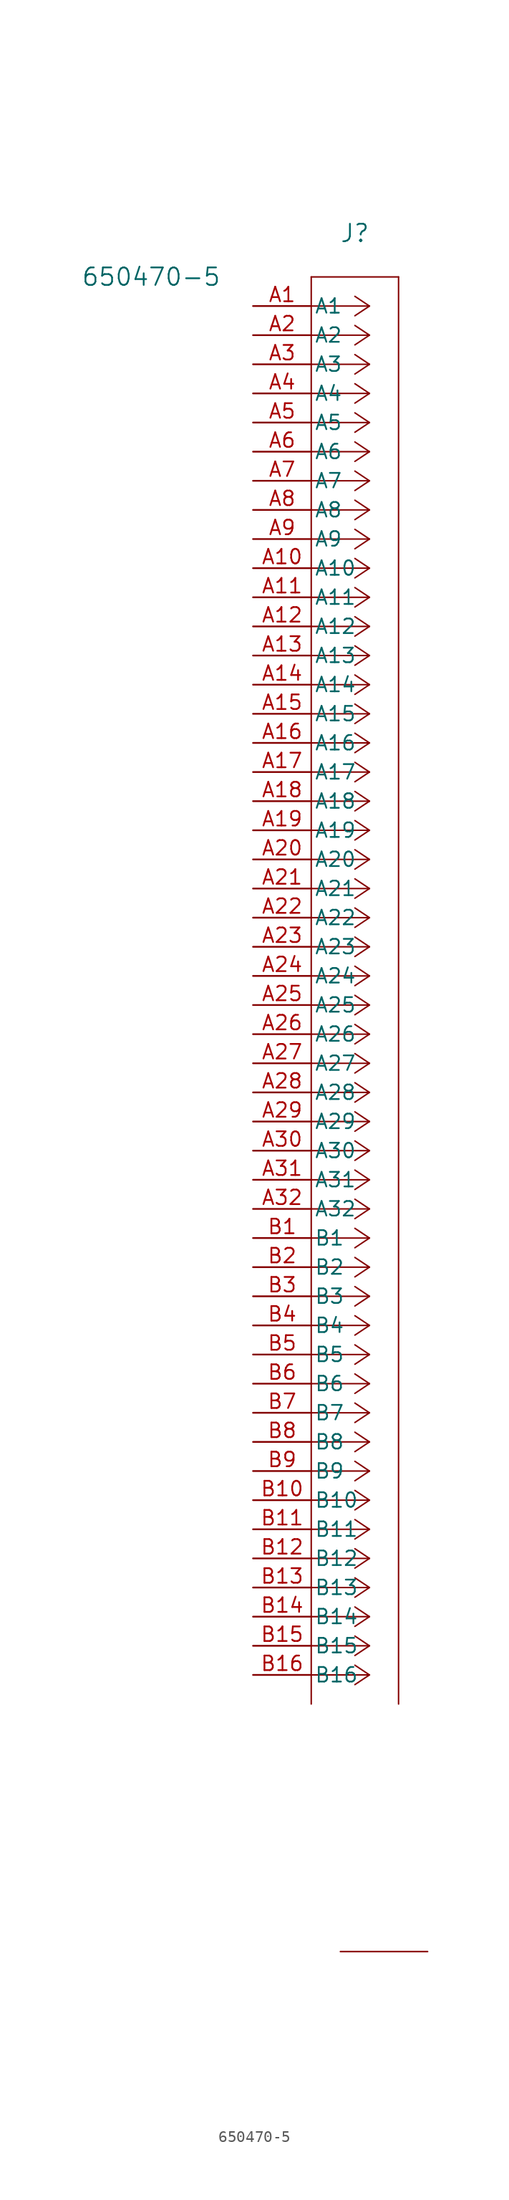
<source format=kicad_sym>
(kicad_symbol_lib
  (version 20220914)
  (generator kicad_symbol_editor)
  (symbol "650470-5"
    (pin_names
      (offset 0.254))
    (property "Reference" "J"
      (at 8.89 6.35 0)
      (effects (font (size 1.524 1.524))))
    (property "Value" "650470-5"
      (at -8.89 2.54 0)
      (effects (font (size 1.524 1.524))))
    (property "ki_locked" ""
      (at 0 0 0)
      (effects (font (size 1.27 1.27))))
    (symbol "650470-5_1_1"
      (polyline (pts (xy 5.08 2.54) (xy 5.08 -121.92)) (stroke (width 0.127) (type default)) (fill (type none)))
      (polyline (pts (xy 7.62 -143.51) (xy 15.24 -143.51)) (stroke (width 0.127) (type default)) (fill (type none)))
      (polyline (pts (xy 10.16 -119.38) (xy 5.08 -119.38)) (stroke (width 0.127) (type default)) (fill (type none)))
      (polyline (pts (xy 10.16 -119.38) (xy 8.89 -120.227)) (stroke (width 0.127) (type default)) (fill (type none)))
      (polyline (pts (xy 10.16 -119.38) (xy 8.89 -118.533)) (stroke (width 0.127) (type default)) (fill (type none)))
      (polyline (pts (xy 10.16 -116.84) (xy 5.08 -116.84)) (stroke (width 0.127) (type default)) (fill (type none)))
      (polyline (pts (xy 10.16 -116.84) (xy 8.89 -117.687)) (stroke (width 0.127) (type default)) (fill (type none)))
      (polyline (pts (xy 10.16 -116.84) (xy 8.89 -115.993)) (stroke (width 0.127) (type default)) (fill (type none)))
      (polyline (pts (xy 10.16 -114.3) (xy 5.08 -114.3)) (stroke (width 0.127) (type default)) (fill (type none)))
      (polyline (pts (xy 10.16 -114.3) (xy 8.89 -115.147)) (stroke (width 0.127) (type default)) (fill (type none)))
      (polyline (pts (xy 10.16 -114.3) (xy 8.89 -113.453)) (stroke (width 0.127) (type default)) (fill (type none)))
      (polyline (pts (xy 10.16 -111.76) (xy 5.08 -111.76)) (stroke (width 0.127) (type default)) (fill (type none)))
      (polyline (pts (xy 10.16 -111.76) (xy 8.89 -112.607)) (stroke (width 0.127) (type default)) (fill (type none)))
      (polyline (pts (xy 10.16 -111.76) (xy 8.89 -110.913)) (stroke (width 0.127) (type default)) (fill (type none)))
      (polyline (pts (xy 10.16 -109.22) (xy 5.08 -109.22)) (stroke (width 0.127) (type default)) (fill (type none)))
      (polyline (pts (xy 10.16 -109.22) (xy 8.89 -110.067)) (stroke (width 0.127) (type default)) (fill (type none)))
      (polyline (pts (xy 10.16 -109.22) (xy 8.89 -108.373)) (stroke (width 0.127) (type default)) (fill (type none)))
      (polyline (pts (xy 10.16 -106.68) (xy 5.08 -106.68)) (stroke (width 0.127) (type default)) (fill (type none)))
      (polyline (pts (xy 10.16 -106.68) (xy 8.89 -107.527)) (stroke (width 0.127) (type default)) (fill (type none)))
      (polyline (pts (xy 10.16 -106.68) (xy 8.89 -105.833)) (stroke (width 0.127) (type default)) (fill (type none)))
      (polyline (pts (xy 10.16 -104.14) (xy 5.08 -104.14)) (stroke (width 0.127) (type default)) (fill (type none)))
      (polyline (pts (xy 10.16 -104.14) (xy 8.89 -104.987)) (stroke (width 0.127) (type default)) (fill (type none)))
      (polyline (pts (xy 10.16 -104.14) (xy 8.89 -103.293)) (stroke (width 0.127) (type default)) (fill (type none)))
      (polyline (pts (xy 10.16 -101.6) (xy 5.08 -101.6)) (stroke (width 0.127) (type default)) (fill (type none)))
      (polyline (pts (xy 10.16 -101.6) (xy 8.89 -102.447)) (stroke (width 0.127) (type default)) (fill (type none)))
      (polyline (pts (xy 10.16 -101.6) (xy 8.89 -100.753)) (stroke (width 0.127) (type default)) (fill (type none)))
      (polyline (pts (xy 10.16 -99.06) (xy 5.08 -99.06)) (stroke (width 0.127) (type default)) (fill (type none)))
      (polyline (pts (xy 10.16 -99.06) (xy 8.89 -99.907)) (stroke (width 0.127) (type default)) (fill (type none)))
      (polyline (pts (xy 10.16 -99.06) (xy 8.89 -98.213)) (stroke (width 0.127) (type default)) (fill (type none)))
      (polyline (pts (xy 10.16 -96.52) (xy 5.08 -96.52)) (stroke (width 0.127) (type default)) (fill (type none)))
      (polyline (pts (xy 10.16 -96.52) (xy 8.89 -97.367)) (stroke (width 0.127) (type default)) (fill (type none)))
      (polyline (pts (xy 10.16 -96.52) (xy 8.89 -95.673)) (stroke (width 0.127) (type default)) (fill (type none)))
      (polyline (pts (xy 10.16 -93.98) (xy 5.08 -93.98)) (stroke (width 0.127) (type default)) (fill (type none)))
      (polyline (pts (xy 10.16 -93.98) (xy 8.89 -94.827)) (stroke (width 0.127) (type default)) (fill (type none)))
      (polyline (pts (xy 10.16 -93.98) (xy 8.89 -93.133)) (stroke (width 0.127) (type default)) (fill (type none)))
      (polyline (pts (xy 10.16 -91.44) (xy 5.08 -91.44)) (stroke (width 0.127) (type default)) (fill (type none)))
      (polyline (pts (xy 10.16 -91.44) (xy 8.89 -92.287)) (stroke (width 0.127) (type default)) (fill (type none)))
      (polyline (pts (xy 10.16 -91.44) (xy 8.89 -90.593)) (stroke (width 0.127) (type default)) (fill (type none)))
      (polyline (pts (xy 10.16 -88.9) (xy 5.08 -88.9)) (stroke (width 0.127) (type default)) (fill (type none)))
      (polyline (pts (xy 10.16 -88.9) (xy 8.89 -89.747)) (stroke (width 0.127) (type default)) (fill (type none)))
      (polyline (pts (xy 10.16 -88.9) (xy 8.89 -88.053)) (stroke (width 0.127) (type default)) (fill (type none)))
      (polyline (pts (xy 10.16 -86.36) (xy 5.08 -86.36)) (stroke (width 0.127) (type default)) (fill (type none)))
      (polyline (pts (xy 10.16 -86.36) (xy 8.89 -87.207)) (stroke (width 0.127) (type default)) (fill (type none)))
      (polyline (pts (xy 10.16 -86.36) (xy 8.89 -85.513)) (stroke (width 0.127) (type default)) (fill (type none)))
      (polyline (pts (xy 10.16 -83.82) (xy 5.08 -83.82)) (stroke (width 0.127) (type default)) (fill (type none)))
      (polyline (pts (xy 10.16 -83.82) (xy 8.89 -84.667)) (stroke (width 0.127) (type default)) (fill (type none)))
      (polyline (pts (xy 10.16 -83.82) (xy 8.89 -82.973)) (stroke (width 0.127) (type default)) (fill (type none)))
      (polyline (pts (xy 10.16 -81.28) (xy 5.08 -81.28)) (stroke (width 0.127) (type default)) (fill (type none)))
      (polyline (pts (xy 10.16 -81.28) (xy 8.89 -82.127)) (stroke (width 0.127) (type default)) (fill (type none)))
      (polyline (pts (xy 10.16 -81.28) (xy 8.89 -80.433)) (stroke (width 0.127) (type default)) (fill (type none)))
      (polyline (pts (xy 10.16 -78.74) (xy 5.08 -78.74)) (stroke (width 0.127) (type default)) (fill (type none)))
      (polyline (pts (xy 10.16 -78.74) (xy 8.89 -79.587)) (stroke (width 0.127) (type default)) (fill (type none)))
      (polyline (pts (xy 10.16 -78.74) (xy 8.89 -77.893)) (stroke (width 0.127) (type default)) (fill (type none)))
      (polyline (pts (xy 10.16 -76.2) (xy 5.08 -76.2)) (stroke (width 0.127) (type default)) (fill (type none)))
      (polyline (pts (xy 10.16 -76.2) (xy 8.89 -77.047)) (stroke (width 0.127) (type default)) (fill (type none)))
      (polyline (pts (xy 10.16 -76.2) (xy 8.89 -75.353)) (stroke (width 0.127) (type default)) (fill (type none)))
      (polyline (pts (xy 10.16 -73.66) (xy 5.08 -73.66)) (stroke (width 0.127) (type default)) (fill (type none)))
      (polyline (pts (xy 10.16 -73.66) (xy 8.89 -74.507)) (stroke (width 0.127) (type default)) (fill (type none)))
      (polyline (pts (xy 10.16 -73.66) (xy 8.89 -72.813)) (stroke (width 0.127) (type default)) (fill (type none)))
      (polyline (pts (xy 10.16 -71.12) (xy 5.08 -71.12)) (stroke (width 0.127) (type default)) (fill (type none)))
      (polyline (pts (xy 10.16 -71.12) (xy 8.89 -71.967)) (stroke (width 0.127) (type default)) (fill (type none)))
      (polyline (pts (xy 10.16 -71.12) (xy 8.89 -70.273)) (stroke (width 0.127) (type default)) (fill (type none)))
      (polyline (pts (xy 10.16 -68.58) (xy 5.08 -68.58)) (stroke (width 0.127) (type default)) (fill (type none)))
      (polyline (pts (xy 10.16 -68.58) (xy 8.89 -69.427)) (stroke (width 0.127) (type default)) (fill (type none)))
      (polyline (pts (xy 10.16 -68.58) (xy 8.89 -67.733)) (stroke (width 0.127) (type default)) (fill (type none)))
      (polyline (pts (xy 10.16 -66.04) (xy 5.08 -66.04)) (stroke (width 0.127) (type default)) (fill (type none)))
      (polyline (pts (xy 10.16 -66.04) (xy 8.89 -66.887)) (stroke (width 0.127) (type default)) (fill (type none)))
      (polyline (pts (xy 10.16 -66.04) (xy 8.89 -65.193)) (stroke (width 0.127) (type default)) (fill (type none)))
      (polyline (pts (xy 10.16 -63.5) (xy 5.08 -63.5)) (stroke (width 0.127) (type default)) (fill (type none)))
      (polyline (pts (xy 10.16 -63.5) (xy 8.89 -64.347)) (stroke (width 0.127) (type default)) (fill (type none)))
      (polyline (pts (xy 10.16 -63.5) (xy 8.89 -62.653)) (stroke (width 0.127) (type default)) (fill (type none)))
      (polyline (pts (xy 10.16 -60.96) (xy 5.08 -60.96)) (stroke (width 0.127) (type default)) (fill (type none)))
      (polyline (pts (xy 10.16 -60.96) (xy 8.89 -61.807)) (stroke (width 0.127) (type default)) (fill (type none)))
      (polyline (pts (xy 10.16 -60.96) (xy 8.89 -60.113)) (stroke (width 0.127) (type default)) (fill (type none)))
      (polyline (pts (xy 10.16 -58.42) (xy 5.08 -58.42)) (stroke (width 0.127) (type default)) (fill (type none)))
      (polyline (pts (xy 10.16 -58.42) (xy 8.89 -59.267)) (stroke (width 0.127) (type default)) (fill (type none)))
      (polyline (pts (xy 10.16 -58.42) (xy 8.89 -57.573)) (stroke (width 0.127) (type default)) (fill (type none)))
      (polyline (pts (xy 10.16 -55.88) (xy 5.08 -55.88)) (stroke (width 0.127) (type default)) (fill (type none)))
      (polyline (pts (xy 10.16 -55.88) (xy 8.89 -56.727)) (stroke (width 0.127) (type default)) (fill (type none)))
      (polyline (pts (xy 10.16 -55.88) (xy 8.89 -55.033)) (stroke (width 0.127) (type default)) (fill (type none)))
      (polyline (pts (xy 10.16 -53.34) (xy 5.08 -53.34)) (stroke (width 0.127) (type default)) (fill (type none)))
      (polyline (pts (xy 10.16 -53.34) (xy 8.89 -54.187)) (stroke (width 0.127) (type default)) (fill (type none)))
      (polyline (pts (xy 10.16 -53.34) (xy 8.89 -52.493)) (stroke (width 0.127) (type default)) (fill (type none)))
      (polyline (pts (xy 10.16 -50.8) (xy 5.08 -50.8)) (stroke (width 0.127) (type default)) (fill (type none)))
      (polyline (pts (xy 10.16 -50.8) (xy 8.89 -51.647)) (stroke (width 0.127) (type default)) (fill (type none)))
      (polyline (pts (xy 10.16 -50.8) (xy 8.89 -49.953)) (stroke (width 0.127) (type default)) (fill (type none)))
      (polyline (pts (xy 10.16 -48.26) (xy 5.08 -48.26)) (stroke (width 0.127) (type default)) (fill (type none)))
      (polyline (pts (xy 10.16 -48.26) (xy 8.89 -49.107)) (stroke (width 0.127) (type default)) (fill (type none)))
      (polyline (pts (xy 10.16 -48.26) (xy 8.89 -47.413)) (stroke (width 0.127) (type default)) (fill (type none)))
      (polyline (pts (xy 10.16 -45.72) (xy 5.08 -45.72)) (stroke (width 0.127) (type default)) (fill (type none)))
      (polyline (pts (xy 10.16 -45.72) (xy 8.89 -46.567)) (stroke (width 0.127) (type default)) (fill (type none)))
      (polyline (pts (xy 10.16 -45.72) (xy 8.89 -44.873)) (stroke (width 0.127) (type default)) (fill (type none)))
      (polyline (pts (xy 10.16 -43.18) (xy 5.08 -43.18)) (stroke (width 0.127) (type default)) (fill (type none)))
      (polyline (pts (xy 10.16 -43.18) (xy 8.89 -44.027)) (stroke (width 0.127) (type default)) (fill (type none)))
      (polyline (pts (xy 10.16 -43.18) (xy 8.89 -42.333)) (stroke (width 0.127) (type default)) (fill (type none)))
      (polyline (pts (xy 10.16 -40.64) (xy 5.08 -40.64)) (stroke (width 0.127) (type default)) (fill (type none)))
      (polyline (pts (xy 10.16 -40.64) (xy 8.89 -41.487)) (stroke (width 0.127) (type default)) (fill (type none)))
      (polyline (pts (xy 10.16 -40.64) (xy 8.89 -39.793)) (stroke (width 0.127) (type default)) (fill (type none)))
      (polyline (pts (xy 10.16 -38.1) (xy 5.08 -38.1)) (stroke (width 0.127) (type default)) (fill (type none)))
      (polyline (pts (xy 10.16 -38.1) (xy 8.89 -38.947)) (stroke (width 0.127) (type default)) (fill (type none)))
      (polyline (pts (xy 10.16 -38.1) (xy 8.89 -37.253)) (stroke (width 0.127) (type default)) (fill (type none)))
      (polyline (pts (xy 10.16 -35.56) (xy 5.08 -35.56)) (stroke (width 0.127) (type default)) (fill (type none)))
      (polyline (pts (xy 10.16 -35.56) (xy 8.89 -36.407)) (stroke (width 0.127) (type default)) (fill (type none)))
      (polyline (pts (xy 10.16 -35.56) (xy 8.89 -34.713)) (stroke (width 0.127) (type default)) (fill (type none)))
      (polyline (pts (xy 10.16 -33.02) (xy 5.08 -33.02)) (stroke (width 0.127) (type default)) (fill (type none)))
      (polyline (pts (xy 10.16 -33.02) (xy 8.89 -33.867)) (stroke (width 0.127) (type default)) (fill (type none)))
      (polyline (pts (xy 10.16 -33.02) (xy 8.89 -32.173)) (stroke (width 0.127) (type default)) (fill (type none)))
      (polyline (pts (xy 10.16 -30.48) (xy 5.08 -30.48)) (stroke (width 0.127) (type default)) (fill (type none)))
      (polyline (pts (xy 10.16 -30.48) (xy 8.89 -31.327)) (stroke (width 0.127) (type default)) (fill (type none)))
      (polyline (pts (xy 10.16 -30.48) (xy 8.89 -29.633)) (stroke (width 0.127) (type default)) (fill (type none)))
      (polyline (pts (xy 10.16 -27.94) (xy 5.08 -27.94)) (stroke (width 0.127) (type default)) (fill (type none)))
      (polyline (pts (xy 10.16 -27.94) (xy 8.89 -28.787)) (stroke (width 0.127) (type default)) (fill (type none)))
      (polyline (pts (xy 10.16 -27.94) (xy 8.89 -27.093)) (stroke (width 0.127) (type default)) (fill (type none)))
      (polyline (pts (xy 10.16 -25.4) (xy 5.08 -25.4)) (stroke (width 0.127) (type default)) (fill (type none)))
      (polyline (pts (xy 10.16 -25.4) (xy 8.89 -26.247)) (stroke (width 0.127) (type default)) (fill (type none)))
      (polyline (pts (xy 10.16 -25.4) (xy 8.89 -24.553)) (stroke (width 0.127) (type default)) (fill (type none)))
      (polyline (pts (xy 10.16 -22.86) (xy 5.08 -22.86)) (stroke (width 0.127) (type default)) (fill (type none)))
      (polyline (pts (xy 10.16 -22.86) (xy 8.89 -23.707)) (stroke (width 0.127) (type default)) (fill (type none)))
      (polyline (pts (xy 10.16 -22.86) (xy 8.89 -22.013)) (stroke (width 0.127) (type default)) (fill (type none)))
      (polyline (pts (xy 10.16 -20.32) (xy 5.08 -20.32)) (stroke (width 0.127) (type default)) (fill (type none)))
      (polyline (pts (xy 10.16 -20.32) (xy 8.89 -21.167)) (stroke (width 0.127) (type default)) (fill (type none)))
      (polyline (pts (xy 10.16 -20.32) (xy 8.89 -19.473)) (stroke (width 0.127) (type default)) (fill (type none)))
      (polyline (pts (xy 10.16 -17.78) (xy 5.08 -17.78)) (stroke (width 0.127) (type default)) (fill (type none)))
      (polyline (pts (xy 10.16 -17.78) (xy 8.89 -18.627)) (stroke (width 0.127) (type default)) (fill (type none)))
      (polyline (pts (xy 10.16 -17.78) (xy 8.89 -16.933)) (stroke (width 0.127) (type default)) (fill (type none)))
      (polyline (pts (xy 10.16 -15.24) (xy 5.08 -15.24)) (stroke (width 0.127) (type default)) (fill (type none)))
      (polyline (pts (xy 10.16 -15.24) (xy 8.89 -16.087)) (stroke (width 0.127) (type default)) (fill (type none)))
      (polyline (pts (xy 10.16 -15.24) (xy 8.89 -14.393)) (stroke (width 0.127) (type default)) (fill (type none)))
      (polyline (pts (xy 10.16 -12.7) (xy 5.08 -12.7)) (stroke (width 0.127) (type default)) (fill (type none)))
      (polyline (pts (xy 10.16 -12.7) (xy 8.89 -13.547)) (stroke (width 0.127) (type default)) (fill (type none)))
      (polyline (pts (xy 10.16 -12.7) (xy 8.89 -11.853)) (stroke (width 0.127) (type default)) (fill (type none)))
      (polyline (pts (xy 10.16 -10.16) (xy 5.08 -10.16)) (stroke (width 0.127) (type default)) (fill (type none)))
      (polyline (pts (xy 10.16 -10.16) (xy 8.89 -11.007)) (stroke (width 0.127) (type default)) (fill (type none)))
      (polyline (pts (xy 10.16 -10.16) (xy 8.89 -9.313)) (stroke (width 0.127) (type default)) (fill (type none)))
      (polyline (pts (xy 10.16 -7.62) (xy 5.08 -7.62)) (stroke (width 0.127) (type default)) (fill (type none)))
      (polyline (pts (xy 10.16 -7.62) (xy 8.89 -8.467)) (stroke (width 0.127) (type default)) (fill (type none)))
      (polyline (pts (xy 10.16 -7.62) (xy 8.89 -6.773)) (stroke (width 0.127) (type default)) (fill (type none)))
      (polyline (pts (xy 10.16 -5.08) (xy 5.08 -5.08)) (stroke (width 0.127) (type default)) (fill (type none)))
      (polyline (pts (xy 10.16 -5.08) (xy 8.89 -5.927)) (stroke (width 0.127) (type default)) (fill (type none)))
      (polyline (pts (xy 10.16 -5.08) (xy 8.89 -4.233)) (stroke (width 0.127) (type default)) (fill (type none)))
      (polyline (pts (xy 10.16 -2.54) (xy 5.08 -2.54)) (stroke (width 0.127) (type default)) (fill (type none)))
      (polyline (pts (xy 10.16 -2.54) (xy 8.89 -3.387)) (stroke (width 0.127) (type default)) (fill (type none)))
      (polyline (pts (xy 10.16 -2.54) (xy 8.89 -1.693)) (stroke (width 0.127) (type default)) (fill (type none)))
      (polyline (pts (xy 10.16 0) (xy 5.08 0)) (stroke (width 0.127) (type default)) (fill (type none)))
      (polyline (pts (xy 10.16 0) (xy 8.89 -0.847)) (stroke (width 0.127) (type default)) (fill (type none)))
      (polyline (pts (xy 10.16 0) (xy 8.89 0.847)) (stroke (width 0.127) (type default)) (fill (type none)))
      (polyline (pts (xy 12.7 -121.92) (xy 12.7 2.54)) (stroke (width 0.127) (type default)) (fill (type none)))
      (polyline (pts (xy 12.7 2.54) (xy 5.08 2.54)) (stroke (width 0.127) (type default)) (fill (type none)))
      (pin unspecified line (at 0 0 0) (length 5.08) (name "A1" (effects (font (size 1.27 1.27)))) (number "A1" (effects (font (size 1.27 1.27)))))
      (pin unspecified line (at 0 -22.86 0) (length 5.08) (name "A10" (effects (font (size 1.27 1.27)))) (number "A10" (effects (font (size 1.27 1.27)))))
      (pin unspecified line (at 0 -25.4 0) (length 5.08) (name "A11" (effects (font (size 1.27 1.27)))) (number "A11" (effects (font (size 1.27 1.27)))))
      (pin unspecified line (at 0 -27.94 0) (length 5.08) (name "A12" (effects (font (size 1.27 1.27)))) (number "A12" (effects (font (size 1.27 1.27)))))
      (pin unspecified line (at 0 -30.48 0) (length 5.08) (name "A13" (effects (font (size 1.27 1.27)))) (number "A13" (effects (font (size 1.27 1.27)))))
      (pin unspecified line (at 0 -33.02 0) (length 5.08) (name "A14" (effects (font (size 1.27 1.27)))) (number "A14" (effects (font (size 1.27 1.27)))))
      (pin unspecified line (at 0 -35.56 0) (length 5.08) (name "A15" (effects (font (size 1.27 1.27)))) (number "A15" (effects (font (size 1.27 1.27)))))
      (pin unspecified line (at 0 -38.1 0) (length 5.08) (name "A16" (effects (font (size 1.27 1.27)))) (number "A16" (effects (font (size 1.27 1.27)))))
      (pin unspecified line (at 0 -40.64 0) (length 5.08) (name "A17" (effects (font (size 1.27 1.27)))) (number "A17" (effects (font (size 1.27 1.27)))))
      (pin unspecified line (at 0 -43.18 0) (length 5.08) (name "A18" (effects (font (size 1.27 1.27)))) (number "A18" (effects (font (size 1.27 1.27)))))
      (pin unspecified line (at 0 -45.72 0) (length 5.08) (name "A19" (effects (font (size 1.27 1.27)))) (number "A19" (effects (font (size 1.27 1.27)))))
      (pin unspecified line (at 0 -2.54 0) (length 5.08) (name "A2" (effects (font (size 1.27 1.27)))) (number "A2" (effects (font (size 1.27 1.27)))))
      (pin unspecified line (at 0 -48.26 0) (length 5.08) (name "A20" (effects (font (size 1.27 1.27)))) (number "A20" (effects (font (size 1.27 1.27)))))
      (pin unspecified line (at 0 -50.8 0) (length 5.08) (name "A21" (effects (font (size 1.27 1.27)))) (number "A21" (effects (font (size 1.27 1.27)))))
      (pin unspecified line (at 0 -53.34 0) (length 5.08) (name "A22" (effects (font (size 1.27 1.27)))) (number "A22" (effects (font (size 1.27 1.27)))))
      (pin unspecified line (at 0 -55.88 0) (length 5.08) (name "A23" (effects (font (size 1.27 1.27)))) (number "A23" (effects (font (size 1.27 1.27)))))
      (pin unspecified line (at 0 -58.42 0) (length 5.08) (name "A24" (effects (font (size 1.27 1.27)))) (number "A24" (effects (font (size 1.27 1.27)))))
      (pin unspecified line (at 0 -60.96 0) (length 5.08) (name "A25" (effects (font (size 1.27 1.27)))) (number "A25" (effects (font (size 1.27 1.27)))))
      (pin unspecified line (at 0 -63.5 0) (length 5.08) (name "A26" (effects (font (size 1.27 1.27)))) (number "A26" (effects (font (size 1.27 1.27)))))
      (pin unspecified line (at 0 -66.04 0) (length 5.08) (name "A27" (effects (font (size 1.27 1.27)))) (number "A27" (effects (font (size 1.27 1.27)))))
      (pin unspecified line (at 0 -68.58 0) (length 5.08) (name "A28" (effects (font (size 1.27 1.27)))) (number "A28" (effects (font (size 1.27 1.27)))))
      (pin unspecified line (at 0 -71.12 0) (length 5.08) (name "A29" (effects (font (size 1.27 1.27)))) (number "A29" (effects (font (size 1.27 1.27)))))
      (pin unspecified line (at 0 -5.08 0) (length 5.08) (name "A3" (effects (font (size 1.27 1.27)))) (number "A3" (effects (font (size 1.27 1.27)))))
      (pin unspecified line (at 0 -73.66 0) (length 5.08) (name "A30" (effects (font (size 1.27 1.27)))) (number "A30" (effects (font (size 1.27 1.27)))))
      (pin unspecified line (at 0 -76.2 0) (length 5.08) (name "A31" (effects (font (size 1.27 1.27)))) (number "A31" (effects (font (size 1.27 1.27)))))
      (pin unspecified line (at 0 -78.74 0) (length 5.08) (name "A32" (effects (font (size 1.27 1.27)))) (number "A32" (effects (font (size 1.27 1.27)))))
      (pin unspecified line (at 0 -7.62 0) (length 5.08) (name "A4" (effects (font (size 1.27 1.27)))) (number "A4" (effects (font (size 1.27 1.27)))))
      (pin unspecified line (at 0 -10.16 0) (length 5.08) (name "A5" (effects (font (size 1.27 1.27)))) (number "A5" (effects (font (size 1.27 1.27)))))
      (pin unspecified line (at 0 -12.7 0) (length 5.08) (name "A6" (effects (font (size 1.27 1.27)))) (number "A6" (effects (font (size 1.27 1.27)))))
      (pin unspecified line (at 0 -15.24 0) (length 5.08) (name "A7" (effects (font (size 1.27 1.27)))) (number "A7" (effects (font (size 1.27 1.27)))))
      (pin unspecified line (at 0 -17.78 0) (length 5.08) (name "A8" (effects (font (size 1.27 1.27)))) (number "A8" (effects (font (size 1.27 1.27)))))
      (pin unspecified line (at 0 -20.32 0) (length 5.08) (name "A9" (effects (font (size 1.27 1.27)))) (number "A9" (effects (font (size 1.27 1.27)))))
      (pin unspecified line (at 0 -81.28 0) (length 5.08) (name "B1" (effects (font (size 1.27 1.27)))) (number "B1" (effects (font (size 1.27 1.27)))))
      (pin unspecified line (at 0 -104.14 0) (length 5.08) (name "B10" (effects (font (size 1.27 1.27)))) (number "B10" (effects (font (size 1.27 1.27)))))
      (pin unspecified line (at 0 -106.68 0) (length 5.08) (name "B11" (effects (font (size 1.27 1.27)))) (number "B11" (effects (font (size 1.27 1.27)))))
      (pin unspecified line (at 0 -109.22 0) (length 5.08) (name "B12" (effects (font (size 1.27 1.27)))) (number "B12" (effects (font (size 1.27 1.27)))))
      (pin unspecified line (at 0 -111.76 0) (length 5.08) (name "B13" (effects (font (size 1.27 1.27)))) (number "B13" (effects (font (size 1.27 1.27)))))
      (pin unspecified line (at 0 -114.3 0) (length 5.08) (name "B14" (effects (font (size 1.27 1.27)))) (number "B14" (effects (font (size 1.27 1.27)))))
      (pin unspecified line (at 0 -116.84 0) (length 5.08) (name "B15" (effects (font (size 1.27 1.27)))) (number "B15" (effects (font (size 1.27 1.27)))))
      (pin unspecified line (at 0 -119.38 0) (length 5.08) (name "B16" (effects (font (size 1.27 1.27)))) (number "B16" (effects (font (size 1.27 1.27)))))
      (pin unspecified line (at 0 -83.82 0) (length 5.08) (name "B2" (effects (font (size 1.27 1.27)))) (number "B2" (effects (font (size 1.27 1.27)))))
      (pin unspecified line (at 0 -86.36 0) (length 5.08) (name "B3" (effects (font (size 1.27 1.27)))) (number "B3" (effects (font (size 1.27 1.27)))))
      (pin unspecified line (at 0 -88.9 0) (length 5.08) (name "B4" (effects (font (size 1.27 1.27)))) (number "B4" (effects (font (size 1.27 1.27)))))
      (pin unspecified line (at 0 -91.44 0) (length 5.08) (name "B5" (effects (font (size 1.27 1.27)))) (number "B5" (effects (font (size 1.27 1.27)))))
      (pin unspecified line (at 0 -93.98 0) (length 5.08) (name "B6" (effects (font (size 1.27 1.27)))) (number "B6" (effects (font (size 1.27 1.27)))))
      (pin unspecified line (at 0 -96.52 0) (length 5.08) (name "B7" (effects (font (size 1.27 1.27)))) (number "B7" (effects (font (size 1.27 1.27)))))
      (pin unspecified line (at 0 -99.06 0) (length 5.08) (name "B8" (effects (font (size 1.27 1.27)))) (number "B8" (effects (font (size 1.27 1.27)))))
      (pin unspecified line (at 0 -101.6 0) (length 5.08) (name "B9" (effects (font (size 1.27 1.27)))) (number "B9" (effects (font (size 1.27 1.27))))))))
</source>
